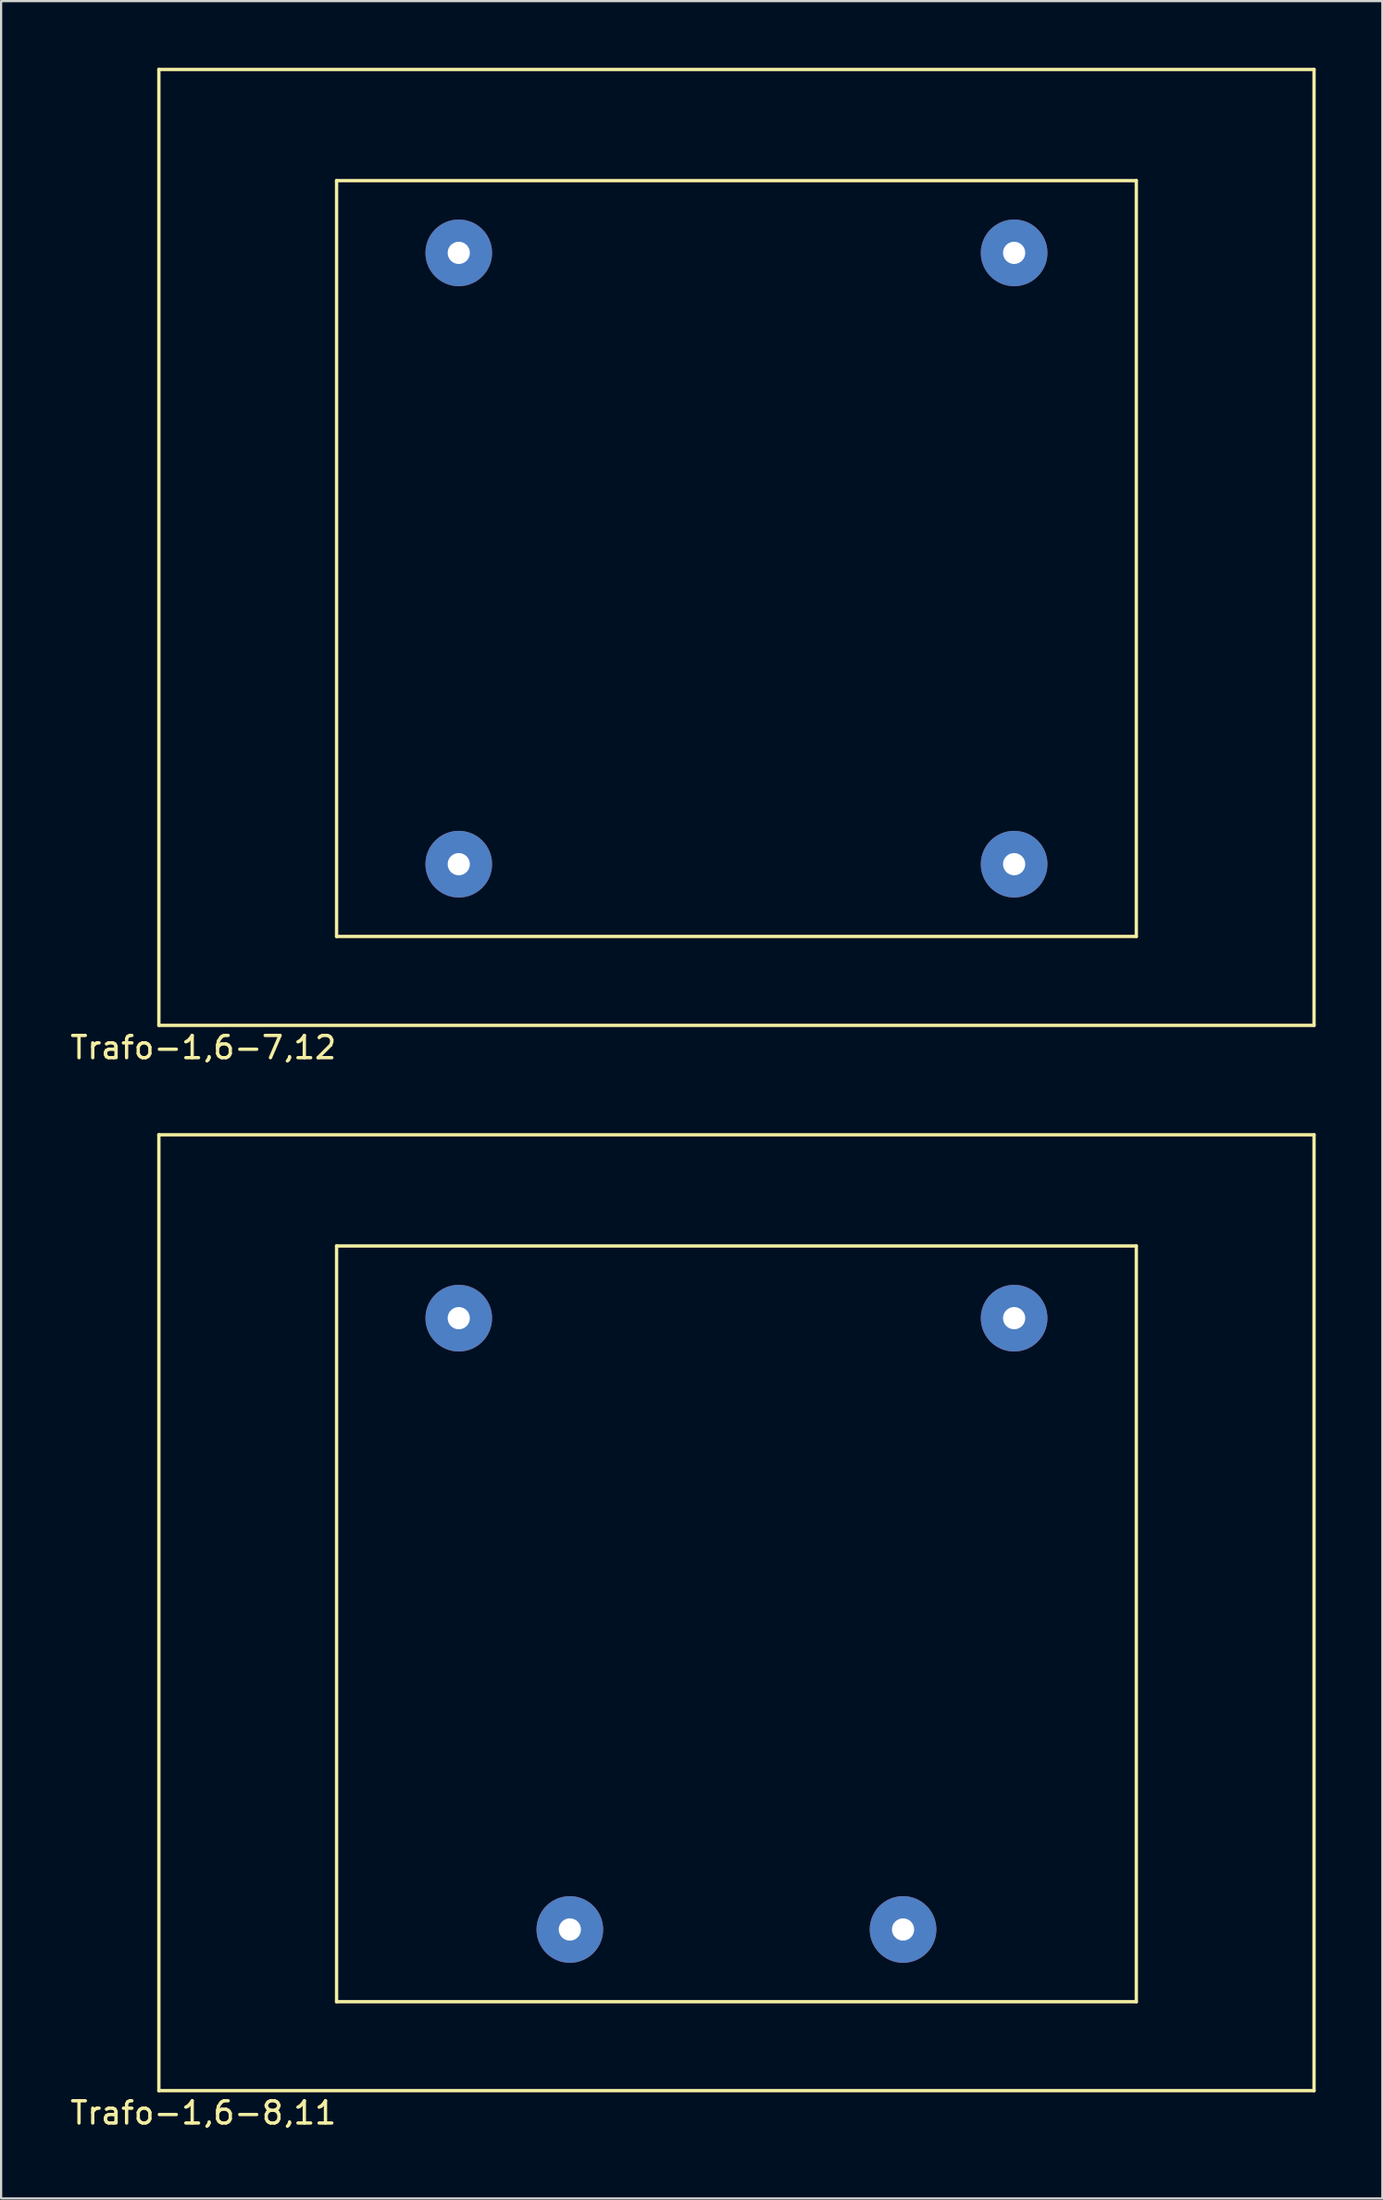
<source format=kicad_pcb>
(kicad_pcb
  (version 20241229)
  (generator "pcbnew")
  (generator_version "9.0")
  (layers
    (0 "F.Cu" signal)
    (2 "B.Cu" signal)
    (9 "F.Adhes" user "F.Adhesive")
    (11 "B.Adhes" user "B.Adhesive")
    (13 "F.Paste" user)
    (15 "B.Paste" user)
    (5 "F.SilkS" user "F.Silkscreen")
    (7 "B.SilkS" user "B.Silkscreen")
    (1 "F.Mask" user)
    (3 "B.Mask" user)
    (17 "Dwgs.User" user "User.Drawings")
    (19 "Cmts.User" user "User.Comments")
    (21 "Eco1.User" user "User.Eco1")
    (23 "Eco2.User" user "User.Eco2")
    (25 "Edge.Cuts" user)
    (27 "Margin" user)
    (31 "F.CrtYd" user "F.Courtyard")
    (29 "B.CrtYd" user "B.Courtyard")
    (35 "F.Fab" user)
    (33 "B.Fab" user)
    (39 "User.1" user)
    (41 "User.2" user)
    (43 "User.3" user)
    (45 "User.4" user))
  (footprint "Trafo-1,6-8,11"
    (layer "F.Cu")
    (at 30.101 69.998)
    (property "Reference" "Trafo-1,6-8,11" (at -24 22 0) (layer "F.SilkS") (effects (font (size 1 1) (thickness 0.15))))
    (attr through_hole)
    (fp_line (start -26 -22) (end 26 -22) (stroke (width 0.15) (type solid)) (layer "F.SilkS"))
    (fp_line (start -26 21) (end -26 -22) (stroke (width 0.15) (type solid)) (layer "F.SilkS"))
    (fp_line (start -18 -17) (end 18 -17) (stroke (width 0.15) (type solid)) (layer "F.SilkS"))
    (fp_line (start -18 17) (end -18 -17) (stroke (width 0.15) (type solid)) (layer "F.SilkS"))
    (fp_line (start 18 -17) (end 18 17) (stroke (width 0.15) (type solid)) (layer "F.SilkS"))
    (fp_line (start 18 17) (end -18 17) (stroke (width 0.15) (type solid)) (layer "F.SilkS"))
    (fp_line (start 26 -22) (end 26 21) (stroke (width 0.15) (type solid)) (layer "F.SilkS"))
    (fp_line (start 26 21) (end -26 21) (stroke (width 0.15) (type solid)) (layer "F.SilkS"))
    (pad "1" thru_hole circle (at 12.5 -13.75) (size 3 3) (drill 1) (layers "*.Cu" "*.Mask"))
    (pad "2" thru_hole circle (at -12.5 -13.75) (size 3 3) (drill 1) (layers "*.Cu" "*.Mask"))
    (pad "3" thru_hole circle (at -7.5 13.75) (size 3 3) (drill 1) (layers "*.Cu" "*.Mask"))
    (pad "4" thru_hole circle (at 7.5 13.75) (size 3 3) (drill 1) (layers "*.Cu" "*.Mask")))
  (footprint "Trafo-1,6-7,12"
    (layer "F.Cu")
    (at 30.101 22.075)
    (property "Reference" "Trafo-1,6-7,12" (at -24 22 0) (layer "F.SilkS") (effects (font (size 1 1) (thickness 0.15))))
    (attr through_hole)
    (fp_line (start -26 -22) (end 26 -22) (stroke (width 0.15) (type solid)) (layer "F.SilkS"))
    (fp_line (start -26 21) (end -26 -22) (stroke (width 0.15) (type solid)) (layer "F.SilkS"))
    (fp_line (start -18 -17) (end 18 -17) (stroke (width 0.15) (type solid)) (layer "F.SilkS"))
    (fp_line (start -18 17) (end -18 -17) (stroke (width 0.15) (type solid)) (layer "F.SilkS"))
    (fp_line (start 18 -17) (end 18 17) (stroke (width 0.15) (type solid)) (layer "F.SilkS"))
    (fp_line (start 18 17) (end -18 17) (stroke (width 0.15) (type solid)) (layer "F.SilkS"))
    (fp_line (start 26 -22) (end 26 21) (stroke (width 0.15) (type solid)) (layer "F.SilkS"))
    (fp_line (start 26 21) (end -26 21) (stroke (width 0.15) (type solid)) (layer "F.SilkS"))
    (pad "1" thru_hole circle (at 12.5 -13.75) (size 3 3) (drill 1) (layers "*.Cu" "*.Mask"))
    (pad "2" thru_hole circle (at -12.5 -13.75) (size 3 3) (drill 1) (layers "*.Cu" "*.Mask"))
    (pad "3" thru_hole circle (at -12.5 13.75) (size 3 3) (drill 1) (layers "*.Cu" "*.Mask"))
    (pad "4" thru_hole circle (at 12.5 13.75) (size 3 3) (drill 1) (layers "*.Cu" "*.Mask")))
  (gr_rect
    (start -3 -3)
    (end 59.176 95.847)
    (stroke (width 0.1) (type default))
    (fill no)
    (layer "Edge.Cuts")))
</source>
